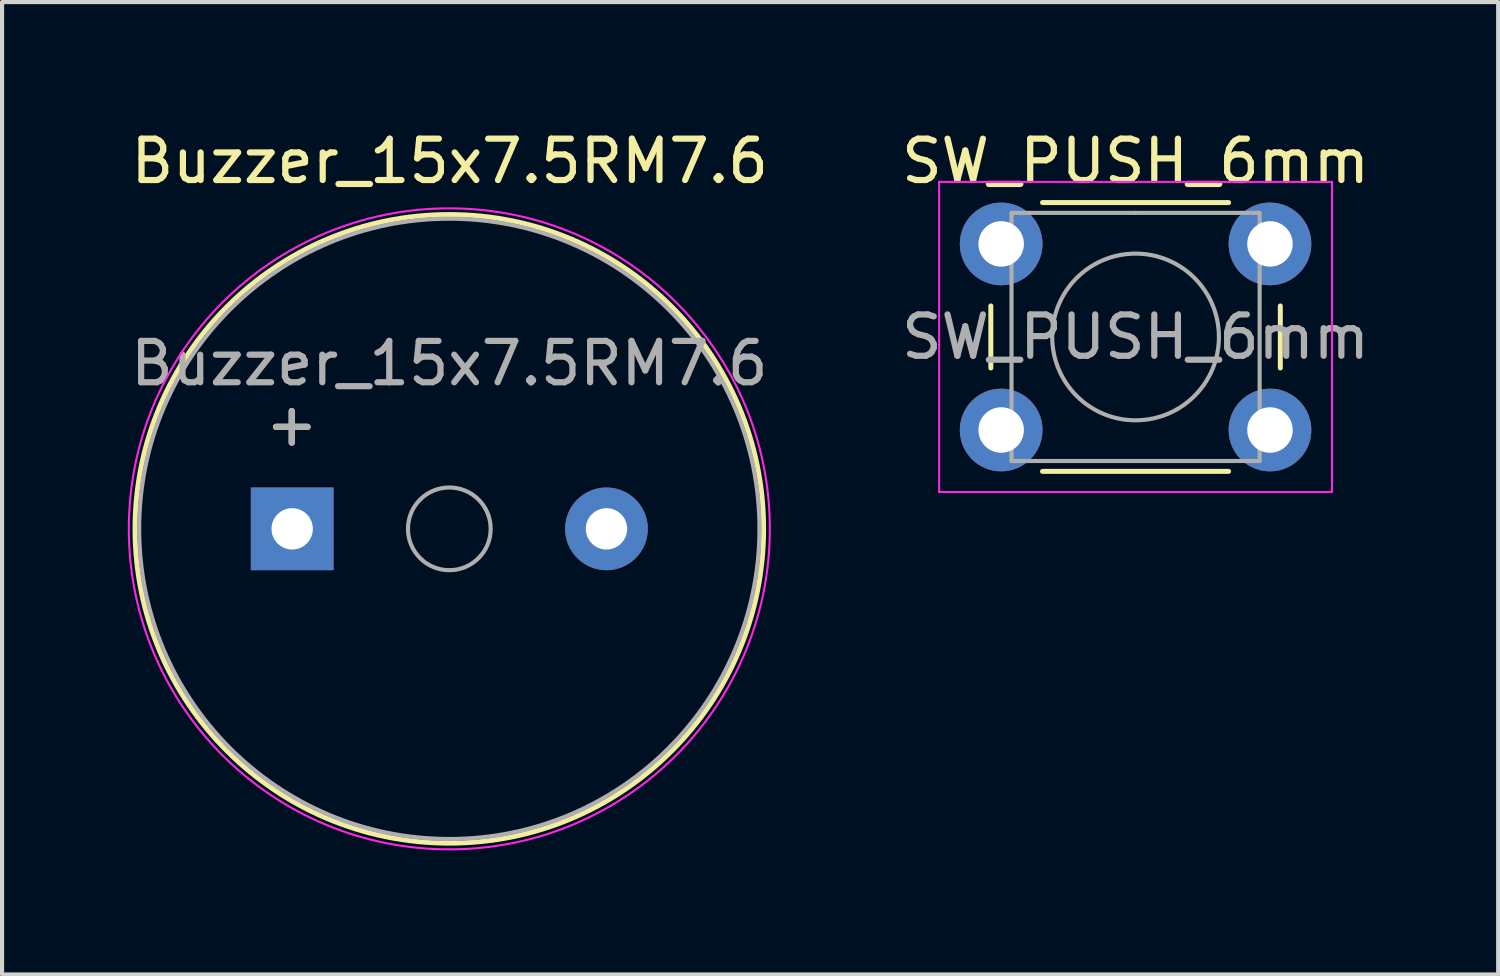
<source format=kicad_pcb>
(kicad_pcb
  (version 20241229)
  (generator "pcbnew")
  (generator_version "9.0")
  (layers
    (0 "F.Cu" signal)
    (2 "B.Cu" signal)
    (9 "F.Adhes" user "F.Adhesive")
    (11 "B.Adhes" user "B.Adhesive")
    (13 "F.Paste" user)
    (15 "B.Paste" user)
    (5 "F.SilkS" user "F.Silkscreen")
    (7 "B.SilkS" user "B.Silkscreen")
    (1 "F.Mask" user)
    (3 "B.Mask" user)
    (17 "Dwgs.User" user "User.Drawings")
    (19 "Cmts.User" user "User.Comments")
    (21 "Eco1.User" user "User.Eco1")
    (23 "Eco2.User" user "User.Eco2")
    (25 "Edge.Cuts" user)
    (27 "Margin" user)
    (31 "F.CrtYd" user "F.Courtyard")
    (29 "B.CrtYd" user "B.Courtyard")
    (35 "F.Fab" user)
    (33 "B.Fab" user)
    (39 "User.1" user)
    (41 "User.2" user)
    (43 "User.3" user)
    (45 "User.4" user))
  (footprint "Buzzer_15x7.5RM7.6"
    (layer "F.Cu")
    (at 4.015 9.738)
    (property "Reference" "Buzzer_15x7.5RM7.6" (at 3.81 -8.89 180) (layer "F.SilkS") (effects (font (size 1 1) (thickness 0.15))))
    (attr through_hole)
    (fp_circle (center 3.8 0) (end 11.4 0) (stroke (width 0.12) (type solid)) (fill no) (layer "F.SilkS"))
    (fp_circle (center 3.8 0) (end 11.55 0) (stroke (width 0.05) (type solid)) (fill no) (layer "F.CrtYd"))
    (fp_circle (center 3.8 0) (end 4.8 0) (stroke (width 0.1) (type solid)) (fill no) (layer "F.Fab"))
    (fp_circle (center 3.8 0) (end 11.3 0) (stroke (width 0.1) (type solid)) (fill no) (layer "F.Fab"))
    (fp_text user "+" (at -0.01 -2.54 180) (layer "F.SilkS") (effects (font (size 1 1) (thickness 0.15))))
    (fp_text user "${REFERENCE}" (at 3.8 -4 180) (layer "F.Fab") (effects (font (size 1 1) (thickness 0.15))))
    (fp_text user "+" (at -0.01 -2.54 180) (layer "F.Fab") (effects (font (size 1 1) (thickness 0.15))))
    (pad "1" thru_hole rect (at 0 0) (size 2 2) (drill 1) (layers "*.Cu" "*.Mask"))
    (pad "2" thru_hole circle (at 7.6 0) (size 2 2) (drill 1) (layers "*.Cu" "*.Mask")))
  (footprint "SW_PUSH_6mm"
    (layer "F.Cu")
    (at 21.159 2.848)
    (property "Reference" "SW_PUSH_6mm" (at 3.25 -2 0) (layer "F.SilkS") (effects (font (size 1 1) (thickness 0.15))))
    (attr through_hole)
    (fp_line (start -0.25 1.5) (end -0.25 3) (stroke (width 0.12) (type solid)) (layer "F.SilkS"))
    (fp_line (start 1 5.5) (end 5.5 5.5) (stroke (width 0.12) (type solid)) (layer "F.SilkS"))
    (fp_line (start 5.5 -1) (end 1 -1) (stroke (width 0.12) (type solid)) (layer "F.SilkS"))
    (fp_line (start 6.75 3) (end 6.75 1.5) (stroke (width 0.12) (type solid)) (layer "F.SilkS"))
    (fp_line (start -1.5 -1.5) (end -1.25 -1.5) (stroke (width 0.05) (type solid)) (layer "F.CrtYd"))
    (fp_line (start -1.5 -1.25) (end -1.5 -1.5) (stroke (width 0.05) (type solid)) (layer "F.CrtYd"))
    (fp_line (start -1.5 5.75) (end -1.5 -1.25) (stroke (width 0.05) (type solid)) (layer "F.CrtYd"))
    (fp_line (start -1.5 5.75) (end -1.5 6) (stroke (width 0.05) (type solid)) (layer "F.CrtYd"))
    (fp_line (start -1.5 6) (end -1.25 6) (stroke (width 0.05) (type solid)) (layer "F.CrtYd"))
    (fp_line (start -1.25 -1.5) (end 7.75 -1.5) (stroke (width 0.05) (type solid)) (layer "F.CrtYd"))
    (fp_line (start 7.75 -1.5) (end 8 -1.5) (stroke (width 0.05) (type solid)) (layer "F.CrtYd"))
    (fp_line (start 7.75 6) (end -1.25 6) (stroke (width 0.05) (type solid)) (layer "F.CrtYd"))
    (fp_line (start 7.75 6) (end 8 6) (stroke (width 0.05) (type solid)) (layer "F.CrtYd"))
    (fp_line (start 8 -1.5) (end 8 -1.25) (stroke (width 0.05) (type solid)) (layer "F.CrtYd"))
    (fp_line (start 8 -1.25) (end 8 5.75) (stroke (width 0.05) (type solid)) (layer "F.CrtYd"))
    (fp_line (start 8 6) (end 8 5.75) (stroke (width 0.05) (type solid)) (layer "F.CrtYd"))
    (fp_line (start 0.25 -0.75) (end 3.25 -0.75) (stroke (width 0.1) (type solid)) (layer "F.Fab"))
    (fp_line (start 0.25 5.25) (end 0.25 -0.75) (stroke (width 0.1) (type solid)) (layer "F.Fab"))
    (fp_line (start 3.25 -0.75) (end 6.25 -0.75) (stroke (width 0.1) (type solid)) (layer "F.Fab"))
    (fp_line (start 6.25 -0.75) (end 6.25 5.25) (stroke (width 0.1) (type solid)) (layer "F.Fab"))
    (fp_line (start 6.25 5.25) (end 0.25 5.25) (stroke (width 0.1) (type solid)) (layer "F.Fab"))
    (fp_circle (center 3.25 2.25) (end 1.25 2.5) (stroke (width 0.1) (type solid)) (fill no) (layer "F.Fab"))
    (fp_text user "${REFERENCE}" (at 3.25 2.25 0) (layer "F.Fab") (effects (font (size 1 1) (thickness 0.15))))
    (pad "1" thru_hole circle (at 0 0 90) (size 2 2) (drill 1.1) (layers "*.Cu" "*.Mask"))
    (pad "1" thru_hole circle (at 6.5 0 90) (size 2 2) (drill 1.1) (layers "*.Cu" "*.Mask"))
    (pad "2" thru_hole circle (at 0 4.5 90) (size 2 2) (drill 1.1) (layers "*.Cu" "*.Mask"))
    (pad "2" thru_hole circle (at 6.5 4.5 90) (size 2 2) (drill 1.1) (layers "*.Cu" "*.Mask")))
  (gr_rect
    (start -3 -3)
    (end 33.177 20.513)
    (stroke (width 0.1) (type default))
    (fill no)
    (layer "Edge.Cuts")))
</source>
